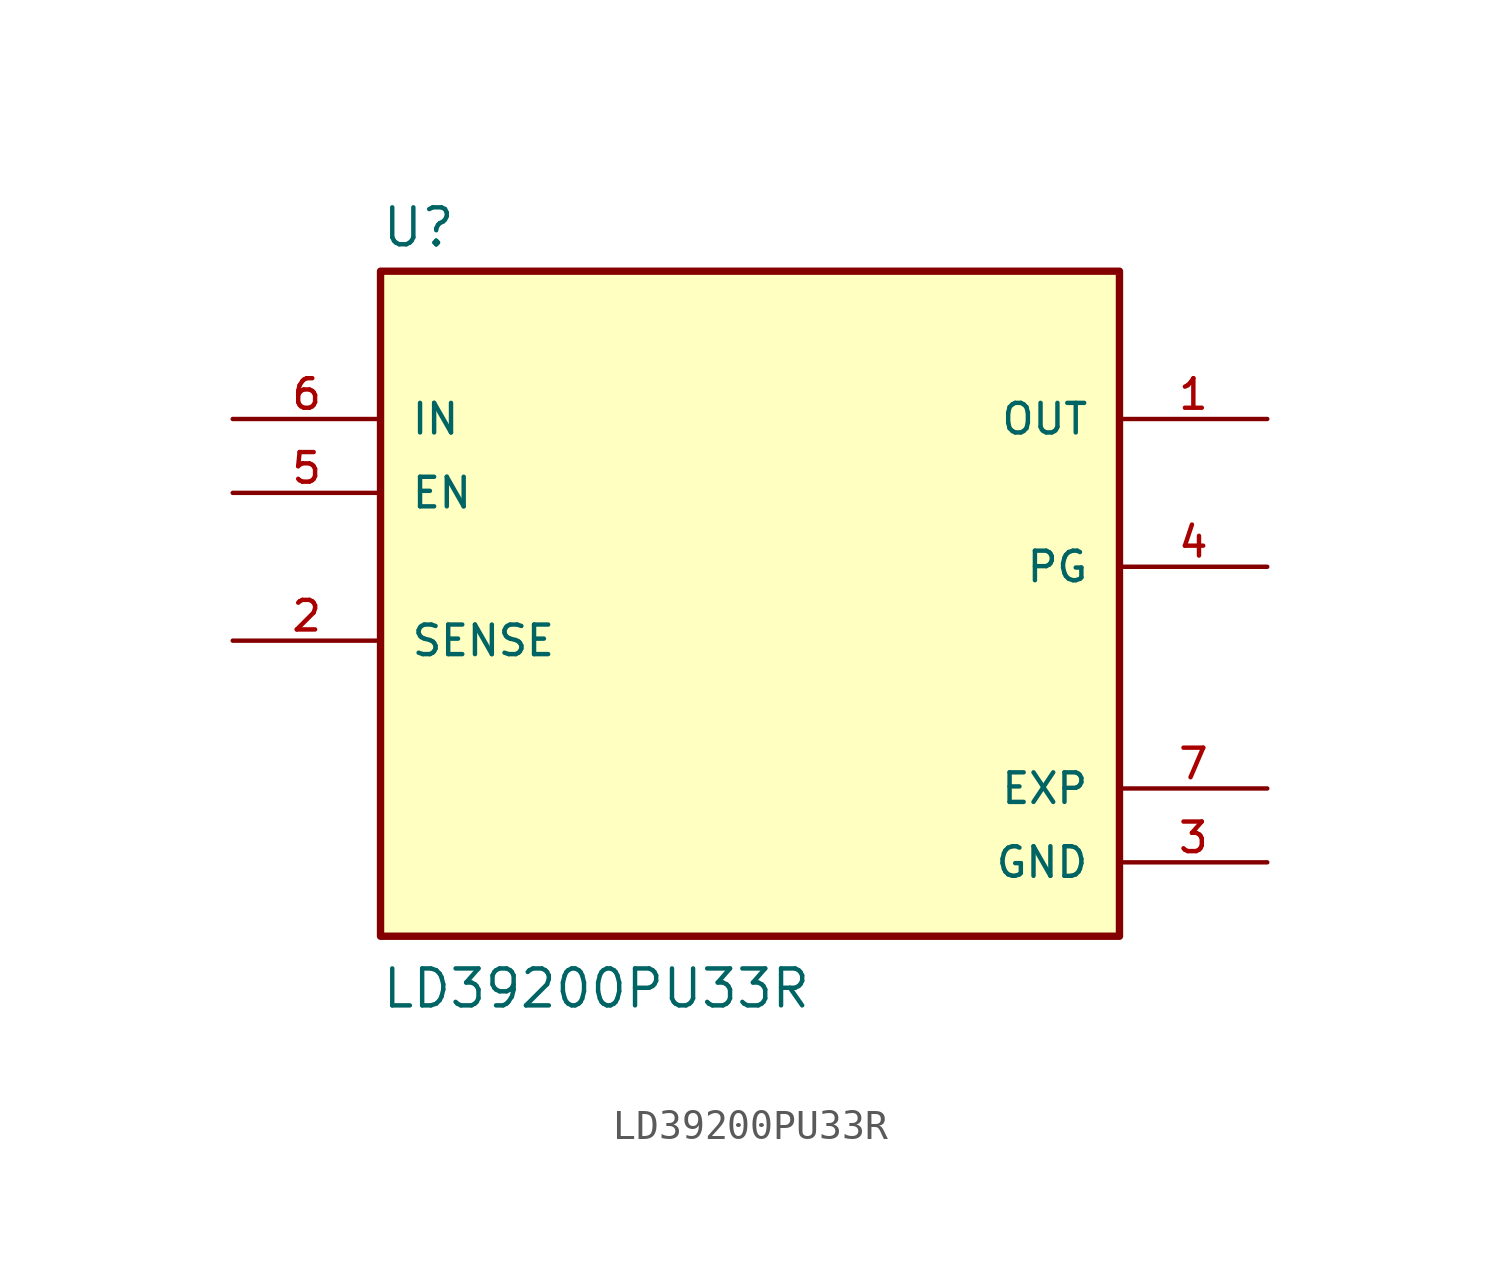
<source format=kicad_sym>
(kicad_symbol_lib
  (version 20211014)
  (generator kicad_symbol_editor)
  (symbol "LD39200PU33R"
    (pin_names
      (offset 1.016))
    (property "Reference" "U"
      (at -12.7 13.462 0)
      (effects (font (size 1.27 1.27)) (justify bottom left)))
    (property "Value" "LD39200PU33R"
      (at -12.7 -12.7 0)
      (effects (font (size 1.27 1.27)) (justify bottom left)))
    (symbol "LD39200PU33R_0_0"
      (rectangle (start -12.7 -10.16) (end 12.7 12.7) (stroke (width 0.254)) (fill (type background)))
      (pin output line (at 17.78 7.62 180.0) (length 5.08) (name "OUT" (effects (font (size 1.016 1.016)))) (number "1" (effects (font (size 1.016 1.016)))))
      (pin power_in line (at 17.78 -7.62 180.0) (length 5.08) (name "GND" (effects (font (size 1.016 1.016)))) (number "3" (effects (font (size 1.016 1.016)))))
      (pin input line (at -17.78 0.0 0) (length 5.08) (name "SENSE" (effects (font (size 1.016 1.016)))) (number "2" (effects (font (size 1.016 1.016)))))
      (pin input line (at -17.78 7.62 0) (length 5.08) (name "IN" (effects (font (size 1.016 1.016)))) (number "6" (effects (font (size 1.016 1.016)))))
      (pin input line (at -17.78 5.08 0) (length 5.08) (name "EN" (effects (font (size 1.016 1.016)))) (number "5" (effects (font (size 1.016 1.016)))))
      (pin output line (at 17.78 2.54 180.0) (length 5.08) (name "PG" (effects (font (size 1.016 1.016)))) (number "4" (effects (font (size 1.016 1.016)))))
      (pin power_in line (at 17.78 -5.08 180.0) (length 5.08) (name "EXP" (effects (font (size 1.016 1.016)))) (number "7" (effects (font (size 1.016 1.016))))))))
</source>
